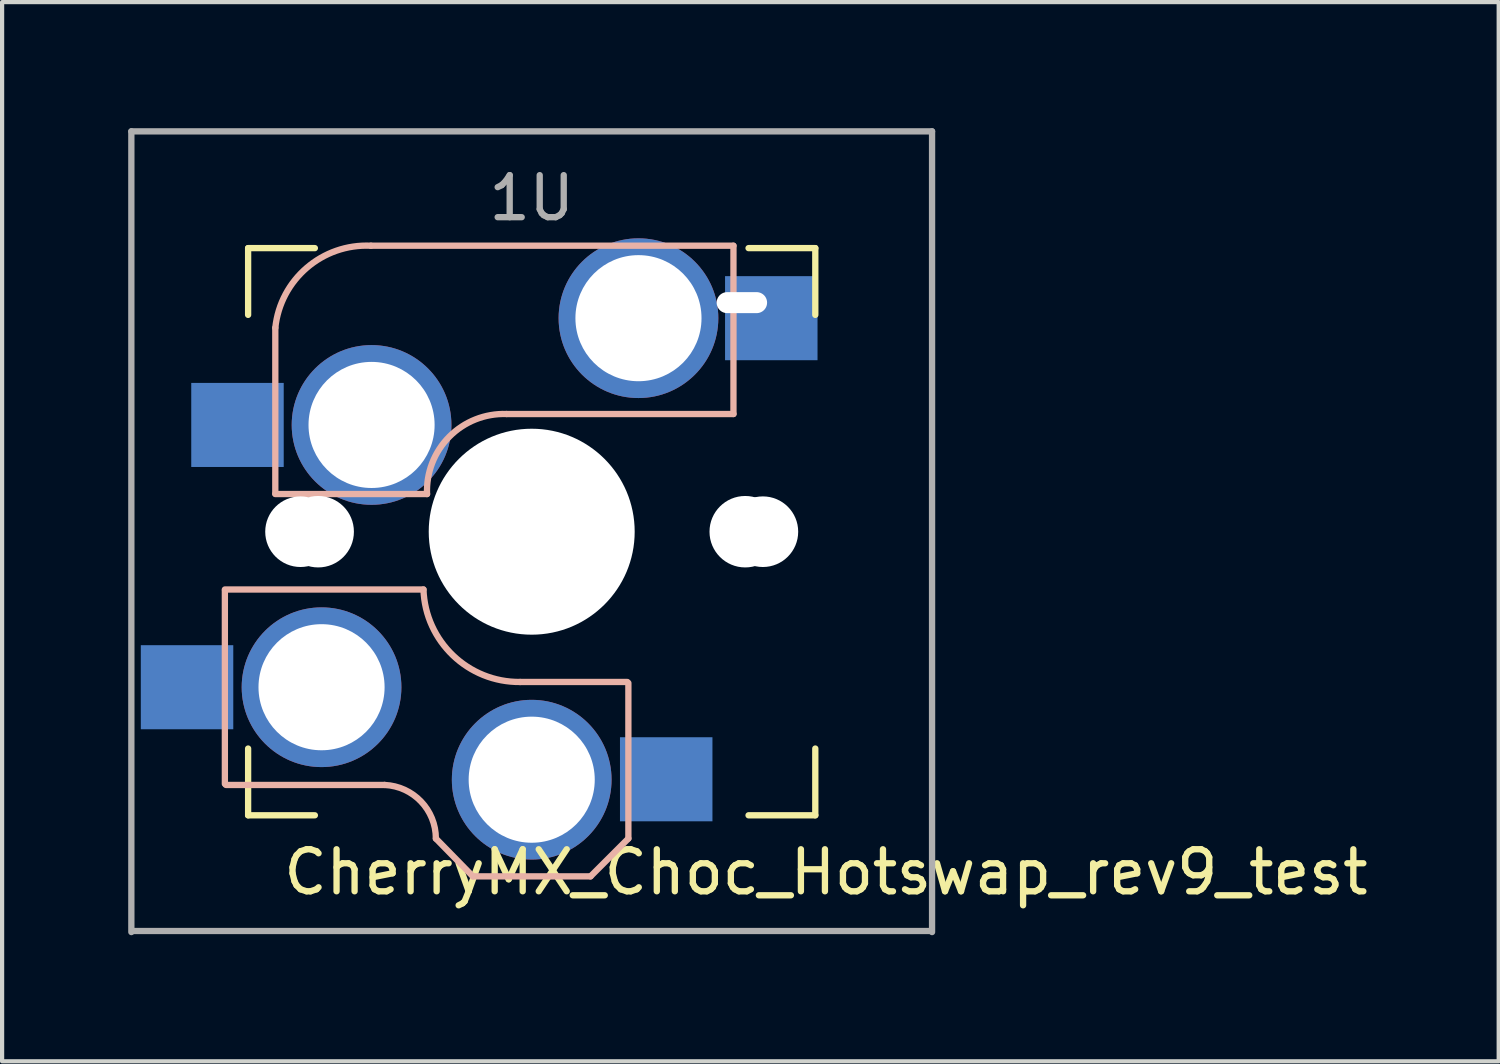
<source format=kicad_pcb>
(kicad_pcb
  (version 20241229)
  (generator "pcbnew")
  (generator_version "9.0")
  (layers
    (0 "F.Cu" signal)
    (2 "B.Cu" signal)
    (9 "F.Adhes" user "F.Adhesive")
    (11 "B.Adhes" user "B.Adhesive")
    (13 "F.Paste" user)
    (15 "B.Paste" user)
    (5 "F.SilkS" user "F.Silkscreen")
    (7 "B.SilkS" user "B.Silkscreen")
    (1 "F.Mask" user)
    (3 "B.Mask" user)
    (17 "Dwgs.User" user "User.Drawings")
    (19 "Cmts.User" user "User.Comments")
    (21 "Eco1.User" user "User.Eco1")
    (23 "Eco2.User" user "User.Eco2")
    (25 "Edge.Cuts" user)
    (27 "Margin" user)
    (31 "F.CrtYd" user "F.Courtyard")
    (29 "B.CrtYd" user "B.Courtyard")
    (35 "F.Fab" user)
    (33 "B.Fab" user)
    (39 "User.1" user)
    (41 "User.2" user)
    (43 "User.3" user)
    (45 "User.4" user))
  (footprint "CherryMX_Choc_Hotswap_rev9_test"
    (layer "F.Cu")
    (at 9.6 9.6)
    (property "Reference" "CherryMX_Choc_Hotswap_rev9_test" (at 7 8.1 0) (layer "F.SilkS") (effects (font (size 1 1) (thickness 0.15))))
    (fp_line (start -6.747 -6.747) (end -5.159 -6.747) (stroke (width 0.15) (type solid)) (layer "F.SilkS"))
    (fp_line (start -6.747 -5.159) (end -6.747 -6.747) (stroke (width 0.15) (type solid)) (layer "F.SilkS"))
    (fp_line (start -6.747 6.747) (end -6.747 5.159) (stroke (width 0.15) (type solid)) (layer "F.SilkS"))
    (fp_line (start -5.159 6.747) (end -6.747 6.747) (stroke (width 0.15) (type solid)) (layer "F.SilkS"))
    (fp_line (start 5.159 -6.747) (end 6.747 -6.747) (stroke (width 0.15) (type solid)) (layer "F.SilkS"))
    (fp_line (start 6.747 -6.747) (end 6.747 -5.159) (stroke (width 0.15) (type solid)) (layer "F.SilkS"))
    (fp_line (start 6.747 5.159) (end 6.747 6.747) (stroke (width 0.15) (type solid)) (layer "F.SilkS"))
    (fp_line (start 6.747 6.747) (end 5.159 6.747) (stroke (width 0.15) (type solid)) (layer "F.SilkS"))
    (fp_line (start -7.3 1.4) (end -7.3 6) (stroke (width 0.15) (type solid)) (layer "B.SilkS"))
    (fp_line (start -6.1 -4.85) (end -6.1 -0.905) (stroke (width 0.15) (type solid)) (layer "B.SilkS"))
    (fp_line (start -6.1 -0.896) (end -2.49 -0.896) (stroke (width 0.15) (type solid)) (layer "B.SilkS"))
    (fp_line (start -3.5 6.025) (end -7.275 6.025) (stroke (width 0.15) (type solid)) (layer "B.SilkS"))
    (fp_line (start -2.575 1.375) (end -7.3 1.375) (stroke (width 0.15) (type solid)) (layer "B.SilkS"))
    (fp_line (start -2.28 7.3) (end -1.4 8.2) (stroke (width 0.15) (type solid)) (layer "B.SilkS"))
    (fp_line (start 1.4 8.2) (end -1.4 8.2) (stroke (width 0.15) (type solid)) (layer "B.SilkS"))
    (fp_line (start 2.275 3.575) (end -0.275 3.575) (stroke (width 0.15) (type solid)) (layer "B.SilkS"))
    (fp_line (start 2.3 3.6) (end 2.3 7.3) (stroke (width 0.15) (type solid)) (layer "B.SilkS"))
    (fp_line (start 2.3 7.3) (end 1.4 8.2) (stroke (width 0.15) (type solid)) (layer "B.SilkS"))
    (fp_line (start 4.8 -6.804) (end -3.825 -6.804) (stroke (width 0.15) (type solid)) (layer "B.SilkS"))
    (fp_line (start 4.8 -2.8) (end -0.6 -2.8) (stroke (width 0.15) (type solid)) (layer "B.SilkS"))
    (fp_line (start 4.8 -2.8) (end 4.8 -6.804) (stroke (width 0.15) (type solid)) (layer "B.SilkS"))
    (fp_arc (start -6.1 -4.85) (mid -5.3507 -6.278973) (end -3.825 -6.804) (stroke (width 0.15) (type solid)) (layer "B.SilkS"))
    (fp_arc (start -3.5 6.025) (mid -2.633993 6.417536) (end -2.28 7.3) (stroke (width 0.15) (type solid)) (layer "B.SilkS"))
    (fp_arc (start -2.49 -0.896) (mid -1.960305 -2.260251) (end -0.6 -2.8) (stroke (width 0.15) (type solid)) (layer "B.SilkS"))
    (fp_arc (start -0.275 3.575) (mid -1.872559 2.942903) (end -2.575 1.375) (stroke (width 0.15) (type solid)) (layer "B.SilkS"))
    (fp_line (start -9.525 -9.525) (end 9.525 -9.525) (stroke (width 0.15) (type solid)) (layer "F.Fab"))
    (fp_line (start -9.525 9.525) (end -9.525 -9.525) (stroke (width 0.15) (type solid)) (layer "F.Fab"))
    (fp_line (start 9.5 9.5) (end -9.5 9.5) (stroke (width 0.15) (type solid)) (layer "F.Fab"))
    (fp_line (start 9.525 -9.525) (end 9.525 9.525) (stroke (width 0.15) (type solid)) (layer "F.Fab"))
    (fp_text user "1U" (at 0 -7.938 0) (layer "F.Fab") (effects (font (size 1 1) (thickness 0.15))))
    (pad "" np_thru_hole circle (at -5.5 0 90) (size 1.68 1.68) (drill 1.68) (layers "*.Cu" "*.Mask"))
    (pad "" np_thru_hole circle (at -5.08 0) (size 1.7 1.7) (drill 1.7) (layers "*.Cu" "*.Mask"))
    (pad "" np_thru_hole circle (at 0 0 90) (size 4.9 4.9) (drill 4.9) (layers "*.Cu" "*.Mask"))
    (pad "" np_thru_hole oval (at 5 -5.45 180) (size 1.2 0.5) (drill oval 1.2 0.5) (layers "*.Cu" "*.Mask"))
    (pad "" np_thru_hole circle (at 5.08 0) (size 1.7 1.7) (drill 1.7) (layers "*.Cu" "*.Mask"))
    (pad "" np_thru_hole circle (at 5.5 0 90) (size 1.68 1.68) (drill 1.68) (layers "*.Cu" "*.Mask"))
    (pad "1" smd rect (at -8.2 3.7) (size 2.2 2) (layers "B.Cu" "B.Mask" "B.Paste"))
    (pad "1" smd rect (at -7 -2.54) (size 2.2 2) (layers "B.Cu" "B.Mask" "B.Paste"))
    (pad "1" thru_hole circle (at -5 3.7 90) (size 3.8 3.8) (drill 3) (layers "*.Cu" "B.Mask"))
    (pad "1" thru_hole circle (at -3.81 -2.54 180) (size 3.8 3.8) (drill 3) (layers "*.Cu" "B.Mask"))
    (pad "2" thru_hole circle (at 0 5.9 90) (size 3.8 3.8) (drill 3) (layers "*.Cu" "B.Mask"))
    (pad "2" thru_hole circle (at 2.54 -5.08 180) (size 3.8 3.8) (drill 3) (layers "*.Cu" "B.Mask"))
    (pad "2" smd rect (at 3.2 5.89) (size 2.2 2) (layers "B.Cu" "B.Mask" "B.Paste"))
    (pad "2" smd rect (at 5.7 -5.08) (size 2.2 2) (layers "B.Cu" "B.Mask" "B.Paste")))
  (gr_rect
    (start -3 -3)
    (end 32.606 22.2)
    (stroke (width 0.1) (type default))
    (fill no)
    (layer "Edge.Cuts")))
</source>
